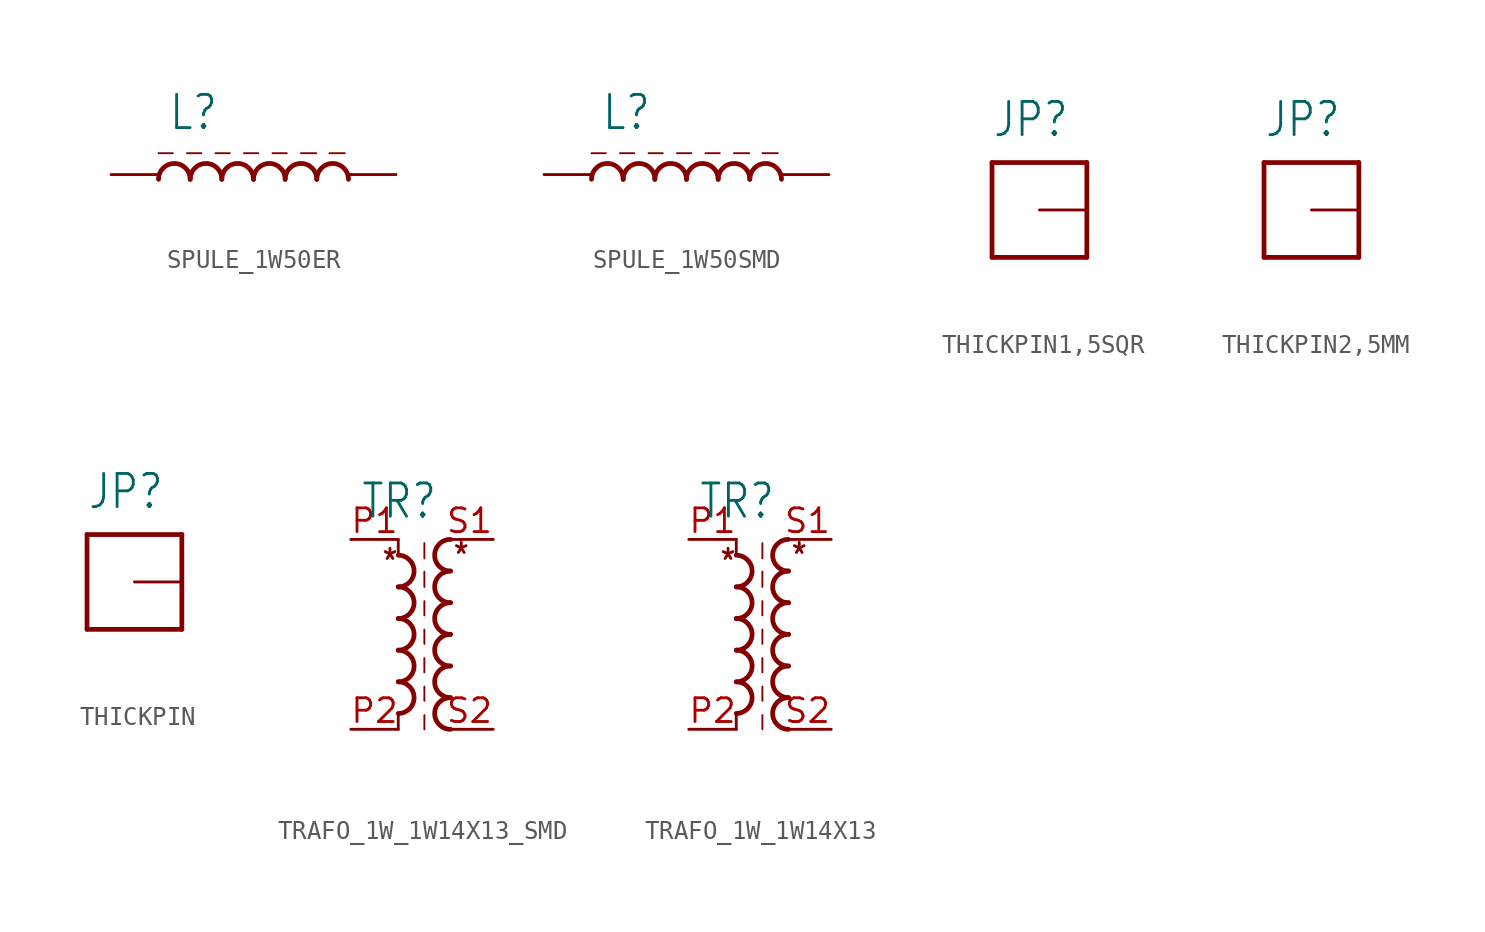
<source format=kicad_sym>
(kicad_symbol_lib
  (version 20231120)
  (generator "kicad_symbol_editor")
  (generator_version "8.0")
  (symbol "SPULE_1W50ER"
    (property "Reference" "L"
      (at -4.572 2.286 0)
      (effects (font (size 1.778 1.511)) (justify left bottom)))
    (property "Value" ""
      (at -4.572 -2.794 0)
      (effects (font (size 1.778 1.511)) (justify left bottom)))
    (property "ki_locked" ""
      (at 0 0 0)
      (effects (font (size 1.27 1.27))))
    (symbol "SPULE_1W50ER_1_0"
      (arc (start -3.3866 -0.254) (mid -4.2333 0.5927) (end -5.08 -0.254) (stroke (width 0.254) (type solid)) (fill (type none)))
      (arc (start -1.6934 -0.254) (mid -2.54 0.5926) (end -3.3866 -0.254) (stroke (width 0.254) (type solid)) (fill (type none)))
      (arc (start 0 -0.254) (mid -0.8467 0.5927) (end -1.6934 -0.254) (stroke (width 0.254) (type solid)) (fill (type none)))
      (polyline (pts (xy -5.08 1.143) (xy -4.318 1.143)) (stroke (width 0.102) (type solid)) (fill (type none)))
      (polyline (pts (xy -3.556 1.143) (xy -2.794 1.143)) (stroke (width 0.102) (type solid)) (fill (type none)))
      (polyline (pts (xy -2.032 1.143) (xy -1.27 1.143)) (stroke (width 0.102) (type solid)) (fill (type none)))
      (polyline (pts (xy -0.508 1.143) (xy 0.254 1.143)) (stroke (width 0.102) (type solid)) (fill (type none)))
      (polyline (pts (xy 1.016 1.143) (xy 1.778 1.143)) (stroke (width 0.102) (type solid)) (fill (type none)))
      (polyline (pts (xy 2.54 1.143) (xy 3.356 1.143)) (stroke (width 0.102) (type solid)) (fill (type none)))
      (polyline (pts (xy 4.064 1.143) (xy 4.88 1.143)) (stroke (width 0.102) (type solid)) (fill (type none)))
      (arc (start 1.6934 -0.254) (mid 0.8467 0.5927) (end 0 -0.254) (stroke (width 0.254) (type solid)) (fill (type none)))
      (arc (start 3.3866 -0.254) (mid 2.5399 0.5927) (end 1.6932 -0.254) (stroke (width 0.254) (type solid)) (fill (type none)))
      (arc (start 5.08 -0.254) (mid 4.2333 0.5927) (end 3.3866 -0.254) (stroke (width 0.254) (type solid)) (fill (type none)))
      (pin passive line (at 7.62 0 180) (length 2.54) (name "1" (effects (font (size 0 0)))) (number "P$1" (effects (font (size 0 0)))))
      (pin passive line (at -7.62 0 0) (length 2.54) (name "2" (effects (font (size 0 0)))) (number "P$2" (effects (font (size 0 0)))))))
  (symbol "SPULE_1W50SMD"
    (property "Reference" "L"
      (at -4.572 2.286 0)
      (effects (font (size 1.778 1.511)) (justify left bottom)))
    (property "Value" ""
      (at -4.572 -2.794 0)
      (effects (font (size 1.778 1.511)) (justify left bottom)))
    (property "ki_locked" ""
      (at 0 0 0)
      (effects (font (size 1.27 1.27))))
    (symbol "SPULE_1W50SMD_1_0"
      (arc (start -3.3866 -0.254) (mid -4.2333 0.5927) (end -5.08 -0.254) (stroke (width 0.254) (type solid)) (fill (type none)))
      (arc (start -1.6934 -0.254) (mid -2.54 0.5926) (end -3.3866 -0.254) (stroke (width 0.254) (type solid)) (fill (type none)))
      (arc (start 0 -0.254) (mid -0.8467 0.5927) (end -1.6934 -0.254) (stroke (width 0.254) (type solid)) (fill (type none)))
      (polyline (pts (xy -5.08 1.143) (xy -4.318 1.143)) (stroke (width 0.102) (type solid)) (fill (type none)))
      (polyline (pts (xy -3.556 1.143) (xy -2.794 1.143)) (stroke (width 0.102) (type solid)) (fill (type none)))
      (polyline (pts (xy -2.032 1.143) (xy -1.27 1.143)) (stroke (width 0.102) (type solid)) (fill (type none)))
      (polyline (pts (xy -0.508 1.143) (xy 0.254 1.143)) (stroke (width 0.102) (type solid)) (fill (type none)))
      (polyline (pts (xy 1.016 1.143) (xy 1.778 1.143)) (stroke (width 0.102) (type solid)) (fill (type none)))
      (polyline (pts (xy 2.54 1.143) (xy 3.356 1.143)) (stroke (width 0.102) (type solid)) (fill (type none)))
      (polyline (pts (xy 4.064 1.143) (xy 4.88 1.143)) (stroke (width 0.102) (type solid)) (fill (type none)))
      (arc (start 1.6934 -0.254) (mid 0.8467 0.5927) (end 0 -0.254) (stroke (width 0.254) (type solid)) (fill (type none)))
      (arc (start 3.3866 -0.254) (mid 2.5399 0.5927) (end 1.6932 -0.254) (stroke (width 0.254) (type solid)) (fill (type none)))
      (arc (start 5.08 -0.254) (mid 4.2333 0.5927) (end 3.3866 -0.254) (stroke (width 0.254) (type solid)) (fill (type none)))
      (pin passive line (at 7.62 0 180) (length 2.54) (name "1" (effects (font (size 0 0)))) (number "1" (effects (font (size 0 0)))))
      (pin passive line (at -7.62 0 0) (length 2.54) (name "2" (effects (font (size 0 0)))) (number "2" (effects (font (size 0 0)))))))
  (symbol "THICKPIN1,5SQR"
    (property "Reference" "JP"
      (at -5.08 3.81 0)
      (effects (font (size 1.778 1.511)) (justify left bottom)))
    (property "Value" ""
      (at -5.08 -5.08 0)
      (effects (font (size 1.778 1.511)) (justify left bottom)))
    (property "ki_locked" ""
      (at 0 0 0)
      (effects (font (size 1.27 1.27))))
    (symbol "THICKPIN1,5SQR_1_0"
      (polyline (pts (xy -5.08 -2.54) (xy -5.08 2.54)) (stroke (width 0.254) (type solid)) (fill (type none)))
      (polyline (pts (xy -5.08 2.54) (xy 0 2.54)) (stroke (width 0.254) (type solid)) (fill (type none)))
      (polyline (pts (xy 0 -2.54) (xy -5.08 -2.54)) (stroke (width 0.254) (type solid)) (fill (type none)))
      (polyline (pts (xy 0 2.54) (xy 0 -2.54)) (stroke (width 0.254) (type solid)) (fill (type none)))
      (pin bidirectional line (at -2.54 0 0) (length 2.54) (name "1" (effects (font (size 0 0)))) (number "P$1" (effects (font (size 0 0)))))))
  (symbol "THICKPIN2,5MM"
    (property "Reference" "JP"
      (at -5.08 3.81 0)
      (effects (font (size 1.778 1.511)) (justify left bottom)))
    (property "Value" ""
      (at -5.08 -5.08 0)
      (effects (font (size 1.778 1.511)) (justify left bottom)))
    (property "ki_locked" ""
      (at 0 0 0)
      (effects (font (size 1.27 1.27))))
    (symbol "THICKPIN2,5MM_1_0"
      (polyline (pts (xy -5.08 -2.54) (xy -5.08 2.54)) (stroke (width 0.254) (type solid)) (fill (type none)))
      (polyline (pts (xy -5.08 2.54) (xy 0 2.54)) (stroke (width 0.254) (type solid)) (fill (type none)))
      (polyline (pts (xy 0 -2.54) (xy -5.08 -2.54)) (stroke (width 0.254) (type solid)) (fill (type none)))
      (polyline (pts (xy 0 2.54) (xy 0 -2.54)) (stroke (width 0.254) (type solid)) (fill (type none)))
      (pin bidirectional line (at -2.54 0 0) (length 2.54) (name "1" (effects (font (size 0 0)))) (number "P$1" (effects (font (size 0 0)))))))
  (symbol "THICKPIN"
    (property "Reference" "JP"
      (at -5.08 3.81 0)
      (effects (font (size 1.778 1.511)) (justify left bottom)))
    (property "Value" ""
      (at -5.08 -5.08 0)
      (effects (font (size 1.778 1.511)) (justify left bottom)))
    (property "ki_locked" ""
      (at 0 0 0)
      (effects (font (size 1.27 1.27))))
    (symbol "THICKPIN_1_0"
      (polyline (pts (xy -5.08 -2.54) (xy -5.08 2.54)) (stroke (width 0.254) (type solid)) (fill (type none)))
      (polyline (pts (xy -5.08 2.54) (xy 0 2.54)) (stroke (width 0.254) (type solid)) (fill (type none)))
      (polyline (pts (xy 0 -2.54) (xy -5.08 -2.54)) (stroke (width 0.254) (type solid)) (fill (type none)))
      (polyline (pts (xy 0 2.54) (xy 0 -2.54)) (stroke (width 0.254) (type solid)) (fill (type none)))
      (pin bidirectional line (at -2.54 0 0) (length 2.54) (name "1" (effects (font (size 0 0)))) (number "1" (effects (font (size 0 0)))))))
  (symbol "TRAFO_1W_1W14X13_SMD"
    (property "Reference" "TR"
      (at -4.572 6.096 0)
      (effects (font (size 1.778 1.511)) (justify left bottom)))
    (property "Value" ""
      (at -4.572 -7.874 0)
      (effects (font (size 1.778 1.511)) (justify left bottom)))
    (property "ki_locked" ""
      (at 0 0 0)
      (effects (font (size 1.27 1.27))))
    (symbol "TRAFO_1W_1W14X13_SMD_1_0"
      (arc (start -2.54 -4.2334) (mid -1.6933 -3.3867) (end -2.54 -2.54) (stroke (width 0.254) (type solid)) (fill (type none)))
      (arc (start -2.54 -2.54) (mid -1.6933 -1.6933) (end -2.54 -0.8466) (stroke (width 0.254) (type solid)) (fill (type none)))
      (arc (start -2.54 -0.8466) (mid -1.6934 0) (end -2.54 0.8466) (stroke (width 0.254) (type solid)) (fill (type none)))
      (arc (start -2.54 0.8466) (mid -1.6933 1.6933) (end -2.54 2.54) (stroke (width 0.254) (type solid)) (fill (type none)))
      (arc (start -2.54 2.54) (mid -1.6933 3.3867) (end -2.54 4.2334) (stroke (width 0.254) (type solid)) (fill (type none)))
      (polyline (pts (xy -2.54 -4.318) (xy -2.54 -5.08)) (stroke (width 0.152) (type solid)) (fill (type none)))
      (polyline (pts (xy -2.54 5.08) (xy -2.54 4.318)) (stroke (width 0.152) (type solid)) (fill (type none)))
      (polyline (pts (xy -1.143 -5.08) (xy -1.143 -4.318)) (stroke (width 0.102) (type solid)) (fill (type none)))
      (polyline (pts (xy -1.143 -3.556) (xy -1.143 -2.794)) (stroke (width 0.102) (type solid)) (fill (type none)))
      (polyline (pts (xy -1.143 -2.032) (xy -1.143 -1.27)) (stroke (width 0.102) (type solid)) (fill (type none)))
      (polyline (pts (xy -1.143 -0.508) (xy -1.143 0.254)) (stroke (width 0.102) (type solid)) (fill (type none)))
      (polyline (pts (xy -1.143 1.016) (xy -1.143 1.778)) (stroke (width 0.102) (type solid)) (fill (type none)))
      (polyline (pts (xy -1.143 2.54) (xy -1.143 3.356)) (stroke (width 0.102) (type solid)) (fill (type none)))
      (polyline (pts (xy -1.143 4.064) (xy -1.143 4.88)) (stroke (width 0.102) (type solid)) (fill (type none)))
      (arc (start 0.254 -3.3866) (mid -0.5927 -4.2333) (end 0.254 -5.08) (stroke (width 0.254) (type solid)) (fill (type none)))
      (arc (start 0.254 -1.6934) (mid -0.5926 -2.54) (end 0.254 -3.3866) (stroke (width 0.254) (type solid)) (fill (type none)))
      (arc (start 0.254 0) (mid -0.5927 -0.8467) (end 0.254 -1.6934) (stroke (width 0.254) (type solid)) (fill (type none)))
      (arc (start 0.254 1.6934) (mid -0.5927 0.8467) (end 0.254 0) (stroke (width 0.254) (type solid)) (fill (type none)))
      (arc (start 0.254 3.3866) (mid -0.5927 2.5399) (end 0.254 1.6932) (stroke (width 0.254) (type solid)) (fill (type none)))
      (arc (start 0.254 5.08) (mid -0.5927 4.2333) (end 0.254 3.3866) (stroke (width 0.254) (type solid)) (fill (type none)))
      (text "*" (at -3.493 3.175 0) (effects (font (size 1.27 1.079)) (justify left bottom)))
      (text "*" (at 0.318 3.493 0) (effects (font (size 1.27 1.079)) (justify left bottom)))
      (pin passive line (at -5.08 5.08 0) (length 2.54) (name "P1" (effects (font (size 0 0)))) (number "P1" (effects (font (size 1.27 1.27)))))
      (pin passive line (at -5.08 -5.08 0) (length 2.54) (name "P2" (effects (font (size 0 0)))) (number "P2" (effects (font (size 1.27 1.27)))))
      (pin passive line (at 2.54 5.08 180) (length 2.54) (name "S1" (effects (font (size 0 0)))) (number "S1" (effects (font (size 1.27 1.27)))))
      (pin passive line (at 2.54 -5.08 180) (length 2.54) (name "S2" (effects (font (size 0 0)))) (number "S2" (effects (font (size 1.27 1.27)))))))
  (symbol "TRAFO_1W_1W14X13"
    (property "Reference" "TR"
      (at -4.572 6.096 0)
      (effects (font (size 1.778 1.511)) (justify left bottom)))
    (property "Value" ""
      (at -4.572 -7.874 0)
      (effects (font (size 1.778 1.511)) (justify left bottom)))
    (property "ki_locked" ""
      (at 0 0 0)
      (effects (font (size 1.27 1.27))))
    (symbol "TRAFO_1W_1W14X13_1_0"
      (arc (start -2.54 -4.2334) (mid -1.6933 -3.3867) (end -2.54 -2.54) (stroke (width 0.254) (type solid)) (fill (type none)))
      (arc (start -2.54 -2.54) (mid -1.6933 -1.6933) (end -2.54 -0.8466) (stroke (width 0.254) (type solid)) (fill (type none)))
      (arc (start -2.54 -0.8466) (mid -1.6934 0) (end -2.54 0.8466) (stroke (width 0.254) (type solid)) (fill (type none)))
      (arc (start -2.54 0.8466) (mid -1.6933 1.6933) (end -2.54 2.54) (stroke (width 0.254) (type solid)) (fill (type none)))
      (arc (start -2.54 2.54) (mid -1.6933 3.3867) (end -2.54 4.2334) (stroke (width 0.254) (type solid)) (fill (type none)))
      (polyline (pts (xy -2.54 -4.318) (xy -2.54 -5.08)) (stroke (width 0.152) (type solid)) (fill (type none)))
      (polyline (pts (xy -2.54 5.08) (xy -2.54 4.318)) (stroke (width 0.152) (type solid)) (fill (type none)))
      (polyline (pts (xy -1.143 -5.08) (xy -1.143 -4.318)) (stroke (width 0.102) (type solid)) (fill (type none)))
      (polyline (pts (xy -1.143 -3.556) (xy -1.143 -2.794)) (stroke (width 0.102) (type solid)) (fill (type none)))
      (polyline (pts (xy -1.143 -2.032) (xy -1.143 -1.27)) (stroke (width 0.102) (type solid)) (fill (type none)))
      (polyline (pts (xy -1.143 -0.508) (xy -1.143 0.254)) (stroke (width 0.102) (type solid)) (fill (type none)))
      (polyline (pts (xy -1.143 1.016) (xy -1.143 1.778)) (stroke (width 0.102) (type solid)) (fill (type none)))
      (polyline (pts (xy -1.143 2.54) (xy -1.143 3.356)) (stroke (width 0.102) (type solid)) (fill (type none)))
      (polyline (pts (xy -1.143 4.064) (xy -1.143 4.88)) (stroke (width 0.102) (type solid)) (fill (type none)))
      (arc (start 0.254 -3.3866) (mid -0.5927 -4.2333) (end 0.254 -5.08) (stroke (width 0.254) (type solid)) (fill (type none)))
      (arc (start 0.254 -1.6934) (mid -0.5926 -2.54) (end 0.254 -3.3866) (stroke (width 0.254) (type solid)) (fill (type none)))
      (arc (start 0.254 0) (mid -0.5927 -0.8467) (end 0.254 -1.6934) (stroke (width 0.254) (type solid)) (fill (type none)))
      (arc (start 0.254 1.6934) (mid -0.5927 0.8467) (end 0.254 0) (stroke (width 0.254) (type solid)) (fill (type none)))
      (arc (start 0.254 3.3866) (mid -0.5927 2.5399) (end 0.254 1.6932) (stroke (width 0.254) (type solid)) (fill (type none)))
      (arc (start 0.254 5.08) (mid -0.5927 4.2333) (end 0.254 3.3866) (stroke (width 0.254) (type solid)) (fill (type none)))
      (text "*" (at -3.493 3.175 0) (effects (font (size 1.27 1.079)) (justify left bottom)))
      (text "*" (at 0.318 3.493 0) (effects (font (size 1.27 1.079)) (justify left bottom)))
      (pin passive line (at -5.08 5.08 0) (length 2.54) (name "P1" (effects (font (size 0 0)))) (number "P1" (effects (font (size 1.27 1.27)))))
      (pin passive line (at -5.08 -5.08 0) (length 2.54) (name "P2" (effects (font (size 0 0)))) (number "P2" (effects (font (size 1.27 1.27)))))
      (pin passive line (at 2.54 5.08 180) (length 2.54) (name "S1" (effects (font (size 0 0)))) (number "S1" (effects (font (size 1.27 1.27)))))
      (pin passive line (at 2.54 -5.08 180) (length 2.54) (name "S2" (effects (font (size 0 0)))) (number "S2" (effects (font (size 1.27 1.27))))))))
</source>
